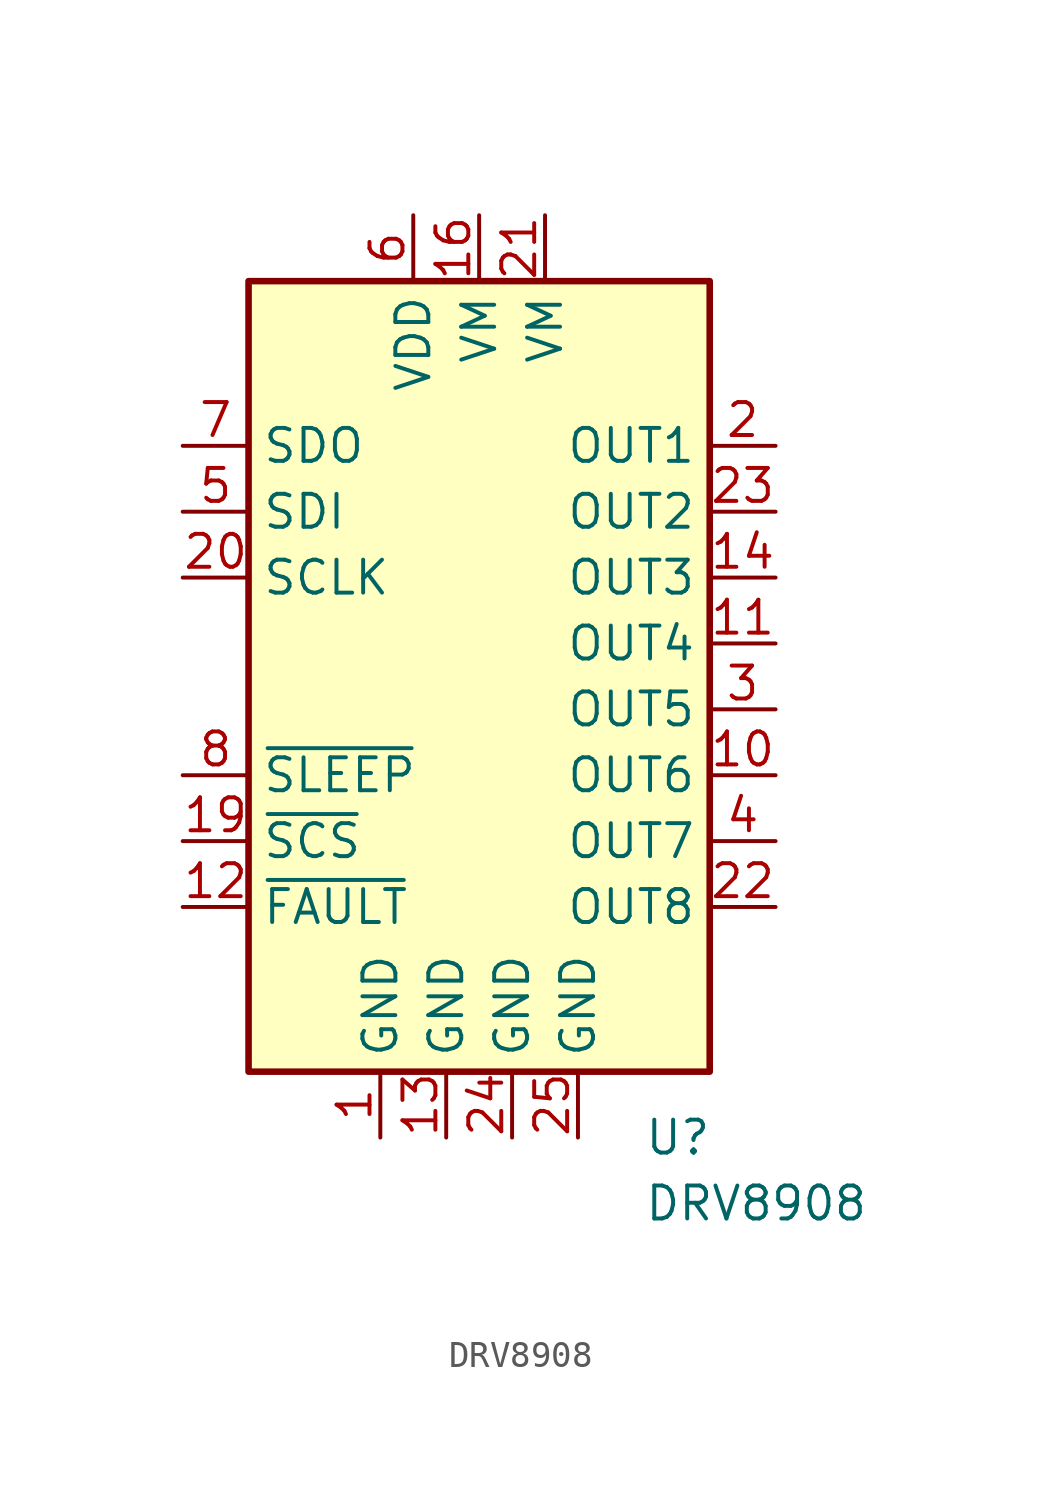
<source format=kicad_sym>
(kicad_symbol_lib
  (version 20220914)
  (generator kicad_symbol_editor)
  (symbol "DRV8908"
    (property "Reference" "U"
      (at 6.35 -17.78 0)
      (effects (font (size 1.27 1.27)) (justify left)))
    (property "Value" "DRV8908"
      (at 6.35 -20.32 0)
      (effects (font (size 1.27 1.27)) (justify left)))
    (symbol "DRV8908_1_1"
      (rectangle (start -8.89 15.24) (end 8.89 -15.24) (stroke (width 0.254) (type default)) (fill (type background)))
      (pin passive line (at -3.81 -17.78 90) (length 2.54) (name "GND" (effects (font (size 1.27 1.27)))) (number "1" (effects (font (size 1.27 1.27)))))
      (pin output line (at 11.43 -3.81 180) (length 2.54) (name "OUT6" (effects (font (size 1.27 1.27)))) (number "10" (effects (font (size 1.27 1.27)))))
      (pin output line (at 11.43 1.27 180) (length 2.54) (name "OUT4" (effects (font (size 1.27 1.27)))) (number "11" (effects (font (size 1.27 1.27)))))
      (pin output line (at -11.43 -8.89 0) (length 2.54) (name "~{FAULT}" (effects (font (size 1.27 1.27)))) (number "12" (effects (font (size 1.27 1.27)))))
      (pin passive line (at -1.27 -17.78 90) (length 2.54) (name "GND" (effects (font (size 1.27 1.27)))) (number "13" (effects (font (size 1.27 1.27)))))
      (pin output line (at 11.43 3.81 180) (length 2.54) (name "OUT3" (effects (font (size 1.27 1.27)))) (number "14" (effects (font (size 1.27 1.27)))))
      (pin power_in line (at 0 17.78 270) (length 2.54) (name "VM" (effects (font (size 1.27 1.27)))) (number "16" (effects (font (size 1.27 1.27)))))
      (pin input line (at -11.43 -6.35 0) (length 2.54) (name "~{SCS}" (effects (font (size 1.27 1.27)))) (number "19" (effects (font (size 1.27 1.27)))))
      (pin output line (at 11.43 8.89 180) (length 2.54) (name "OUT1" (effects (font (size 1.27 1.27)))) (number "2" (effects (font (size 1.27 1.27)))))
      (pin input line (at -11.43 3.81 0) (length 2.54) (name "SCLK" (effects (font (size 1.27 1.27)))) (number "20" (effects (font (size 1.27 1.27)))))
      (pin power_in line (at 2.54 17.78 270) (length 2.54) (name "VM" (effects (font (size 1.27 1.27)))) (number "21" (effects (font (size 1.27 1.27)))))
      (pin output line (at 11.43 -8.89 180) (length 2.54) (name "OUT8" (effects (font (size 1.27 1.27)))) (number "22" (effects (font (size 1.27 1.27)))))
      (pin output line (at 11.43 6.35 180) (length 2.54) (name "OUT2" (effects (font (size 1.27 1.27)))) (number "23" (effects (font (size 1.27 1.27)))))
      (pin passive line (at 1.27 -17.78 90) (length 2.54) (name "GND" (effects (font (size 1.27 1.27)))) (number "24" (effects (font (size 1.27 1.27)))))
      (pin passive line (at 3.81 -17.78 90) (length 2.54) (name "GND" (effects (font (size 1.27 1.27)))) (number "25" (effects (font (size 1.27 1.27)))))
      (pin output line (at 11.43 -1.27 180) (length 2.54) (name "OUT5" (effects (font (size 1.27 1.27)))) (number "3" (effects (font (size 1.27 1.27)))))
      (pin output line (at 11.43 -6.35 180) (length 2.54) (name "OUT7" (effects (font (size 1.27 1.27)))) (number "4" (effects (font (size 1.27 1.27)))))
      (pin input line (at -11.43 6.35 0) (length 2.54) (name "SDI" (effects (font (size 1.27 1.27)))) (number "5" (effects (font (size 1.27 1.27)))))
      (pin power_in line (at -2.54 17.78 270) (length 2.54) (name "VDD" (effects (font (size 1.27 1.27)))) (number "6" (effects (font (size 1.27 1.27)))))
      (pin output line (at -11.43 8.89 0) (length 2.54) (name "SDO" (effects (font (size 1.27 1.27)))) (number "7" (effects (font (size 1.27 1.27)))))
      (pin input line (at -11.43 -3.81 0) (length 2.54) (name "~{SLEEP}" (effects (font (size 1.27 1.27)))) (number "8" (effects (font (size 1.27 1.27))))))))
</source>
